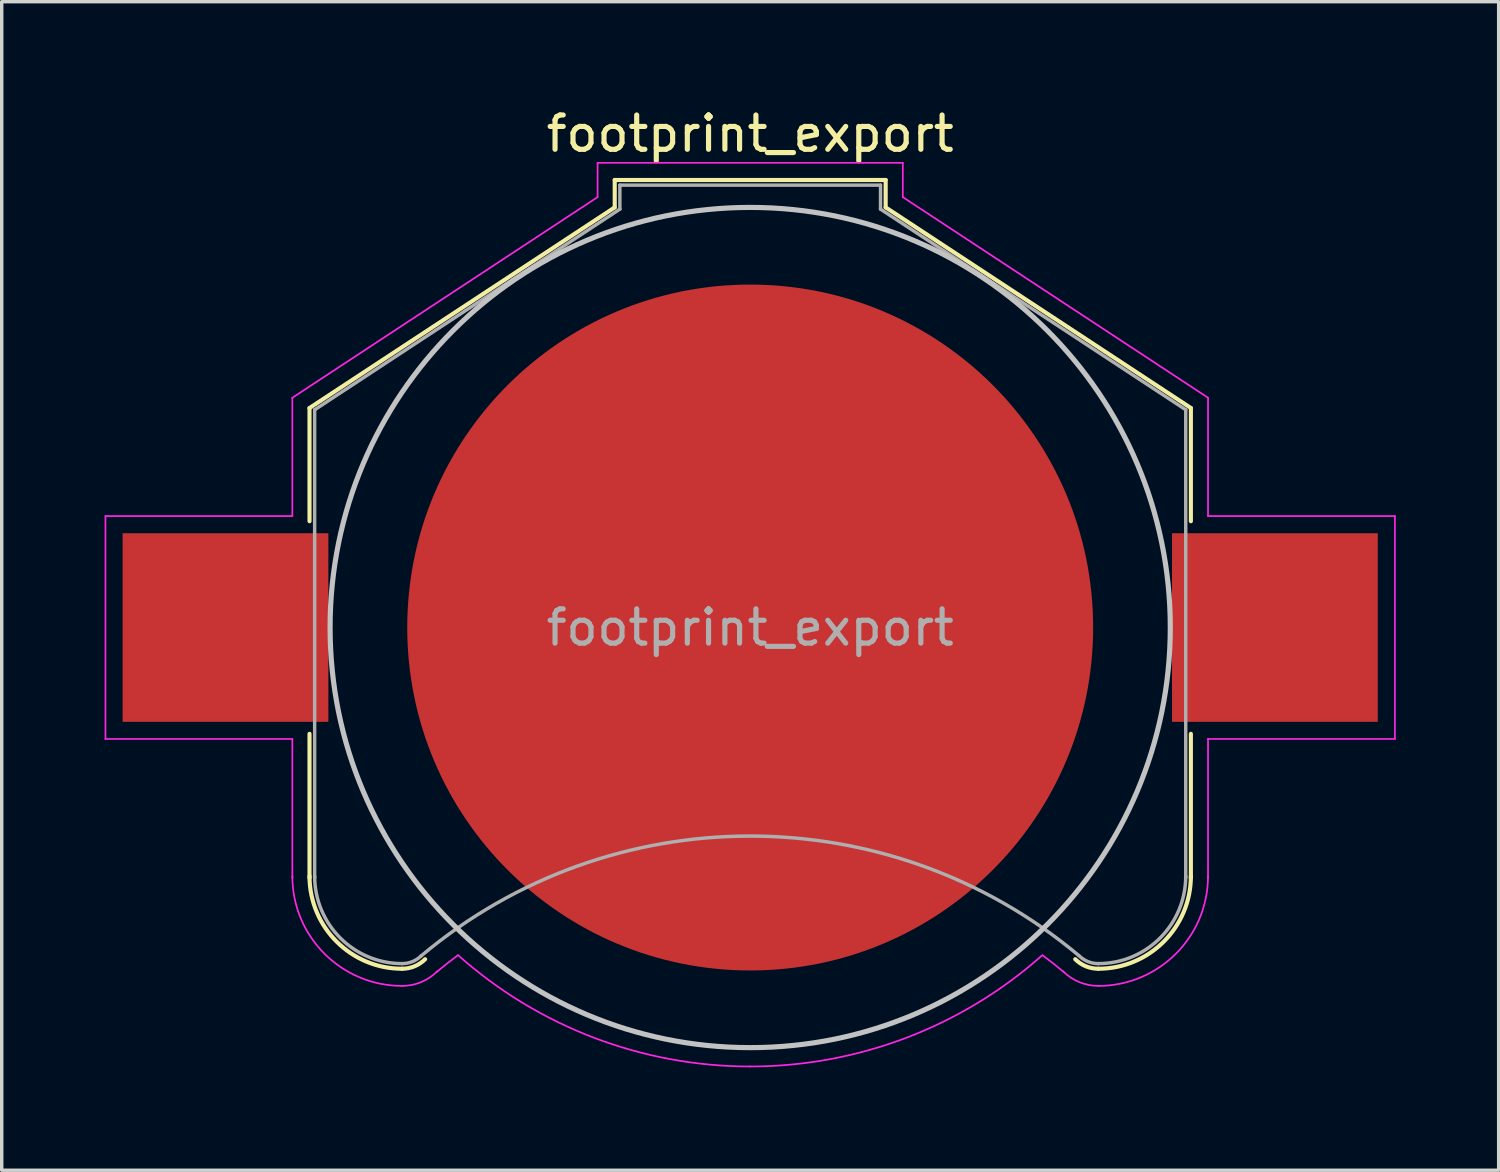
<source format=kicad_pcb>
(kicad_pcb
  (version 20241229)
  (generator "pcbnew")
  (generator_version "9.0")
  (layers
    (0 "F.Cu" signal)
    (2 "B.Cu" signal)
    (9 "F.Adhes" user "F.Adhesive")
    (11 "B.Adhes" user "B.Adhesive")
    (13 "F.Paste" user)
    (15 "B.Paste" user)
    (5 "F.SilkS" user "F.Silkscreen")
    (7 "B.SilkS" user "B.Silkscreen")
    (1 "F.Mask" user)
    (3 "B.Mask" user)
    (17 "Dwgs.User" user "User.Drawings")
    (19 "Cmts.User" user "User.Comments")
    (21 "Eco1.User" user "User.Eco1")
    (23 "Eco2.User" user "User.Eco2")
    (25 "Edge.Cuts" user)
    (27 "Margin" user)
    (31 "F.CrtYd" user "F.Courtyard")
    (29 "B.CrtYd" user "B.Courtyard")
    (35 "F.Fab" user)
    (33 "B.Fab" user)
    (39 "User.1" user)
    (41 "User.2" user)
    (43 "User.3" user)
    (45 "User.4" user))
  (footprint "footprint_export"
    (layer "F.Cu")
    (at 18.825 15.248)
    (property "Reference" "footprint_export" (at 0 -14.4 0) (layer "F.SilkS") (effects (font (size 1 1) (thickness 0.15))))
    (attr smd)
    (fp_line (start -12.85 -6.4) (end -12.85 -3.1) (stroke (width 0.12) (type solid)) (layer "F.SilkS"))
    (fp_line (start -12.85 3.1) (end -12.85 7.3) (stroke (width 0.12) (type solid)) (layer "F.SilkS"))
    (fp_line (start -3.95 -13.05) (end -3.95 -12.25) (stroke (width 0.12) (type solid)) (layer "F.SilkS"))
    (fp_line (start -3.95 -13.05) (end 3.95 -13.05) (stroke (width 0.12) (type solid)) (layer "F.SilkS"))
    (fp_line (start -3.95 -12.25) (end -12.85 -6.4) (stroke (width 0.12) (type solid)) (layer "F.SilkS"))
    (fp_line (start 3.95 -13.05) (end 3.95 -12.25) (stroke (width 0.12) (type solid)) (layer "F.SilkS"))
    (fp_line (start 3.95 -12.25) (end 12.85 -6.4) (stroke (width 0.12) (type solid)) (layer "F.SilkS"))
    (fp_line (start 12.85 -6.4) (end 12.85 -3.1) (stroke (width 0.12) (type solid)) (layer "F.SilkS"))
    (fp_line (start 12.85 3.1) (end 12.85 7.3) (stroke (width 0.12) (type solid)) (layer "F.SilkS"))
    (fp_arc (start -10.15 9.95) (mid -12.059188 9.159188) (end -12.85 7.25) (stroke (width 0.12) (type solid)) (layer "F.SilkS"))
    (fp_arc (start -9.478249 9.671751) (mid -9.786451 9.877685) (end -10.15 9.95) (stroke (width 0.12) (type solid)) (layer "F.SilkS"))
    (fp_arc (start 10.15 9.95) (mid 9.786451 9.877686) (end 9.478249 9.671751) (stroke (width 0.12) (type solid)) (layer "F.SilkS"))
    (fp_arc (start 12.85 7.25) (mid 12.059188 9.159188) (end 10.15 9.95) (stroke (width 0.12) (type solid)) (layer "F.SilkS"))
    (fp_circle (center 0 0) (end 12.25 0) (stroke (width 0.15) (type solid)) (fill no) (layer "Dwgs.User"))
    (fp_line (start -18.8 -3.25) (end -18.8 3.25) (stroke (width 0.05) (type solid)) (layer "F.CrtYd"))
    (fp_line (start -18.8 3.25) (end -13.35 3.25) (stroke (width 0.05) (type solid)) (layer "F.CrtYd"))
    (fp_line (start -13.35 -6.7) (end -13.35 -3.25) (stroke (width 0.05) (type solid)) (layer "F.CrtYd"))
    (fp_line (start -13.35 -3.25) (end -18.8 -3.25) (stroke (width 0.05) (type solid)) (layer "F.CrtYd"))
    (fp_line (start -13.35 3.25) (end -13.35 7.3) (stroke (width 0.05) (type solid)) (layer "F.CrtYd"))
    (fp_line (start -4.45 -13.55) (end -4.45 -12.55) (stroke (width 0.05) (type solid)) (layer "F.CrtYd"))
    (fp_line (start -4.45 -13.55) (end 4.45 -13.55) (stroke (width 0.05) (type solid)) (layer "F.CrtYd"))
    (fp_line (start -4.45 -12.55) (end -13.35 -6.7) (stroke (width 0.05) (type solid)) (layer "F.CrtYd"))
    (fp_line (start 4.45 -13.55) (end 4.45 -12.55) (stroke (width 0.05) (type solid)) (layer "F.CrtYd"))
    (fp_line (start 4.45 -12.55) (end 13.35 -6.7) (stroke (width 0.05) (type solid)) (layer "F.CrtYd"))
    (fp_line (start 13.35 -6.7) (end 13.35 -3.25) (stroke (width 0.05) (type solid)) (layer "F.CrtYd"))
    (fp_line (start 13.35 -3.25) (end 18.8 -3.25) (stroke (width 0.05) (type solid)) (layer "F.CrtYd"))
    (fp_line (start 13.35 3.25) (end 13.35 7.3) (stroke (width 0.05) (type solid)) (layer "F.CrtYd"))
    (fp_line (start 18.8 -3.25) (end 18.8 3.25) (stroke (width 0.05) (type solid)) (layer "F.CrtYd"))
    (fp_line (start 18.8 3.25) (end 13.35 3.25) (stroke (width 0.05) (type solid)) (layer "F.CrtYd"))
    (fp_arc (start -10.15 10.45) (mid -12.412742 9.512742) (end -13.35 7.25) (stroke (width 0.05) (type solid)) (layer "F.CrtYd"))
    (fp_arc (start -9.15 10.05) (mid -8.840691 9.798786) (end -8.524488 9.556307) (stroke (width 0.05) (type solid)) (layer "F.CrtYd"))
    (fp_arc (start -9.124695 10.025305) (mid -9.595109 10.339626) (end -10.15 10.45) (stroke (width 0.05) (type solid)) (layer "F.CrtYd"))
    (fp_arc (start 0 12.8) (mid -4.55581 11.961797) (end -8.514949 9.556969) (stroke (width 0.05) (type solid)) (layer "F.CrtYd"))
    (fp_arc (start 8.514949 9.556969) (mid 4.55581 11.961798) (end 0 12.8) (stroke (width 0.05) (type solid)) (layer "F.CrtYd"))
    (fp_arc (start 8.524488 9.556307) (mid 8.840691 9.798786) (end 9.15 10.05) (stroke (width 0.05) (type solid)) (layer "F.CrtYd"))
    (fp_arc (start 10.15 10.45) (mid 9.595109 10.339625) (end 9.124695 10.025305) (stroke (width 0.05) (type solid)) (layer "F.CrtYd"))
    (fp_arc (start 13.35 7.25) (mid 12.412742 9.512742) (end 10.15 10.45) (stroke (width 0.05) (type solid)) (layer "F.CrtYd"))
    (fp_line (start -12.7 -6.35) (end -12.7 7.3) (stroke (width 0.1) (type solid)) (layer "F.Fab"))
    (fp_line (start -3.8 -12.9) (end -3.8 -12.2) (stroke (width 0.1) (type solid)) (layer "F.Fab"))
    (fp_line (start -3.8 -12.9) (end 3.8 -12.9) (stroke (width 0.1) (type solid)) (layer "F.Fab"))
    (fp_line (start -3.8 -12.2) (end -12.7 -6.35) (stroke (width 0.1) (type solid)) (layer "F.Fab"))
    (fp_line (start 3.8 -12.9) (end 3.8 -12.2) (stroke (width 0.1) (type solid)) (layer "F.Fab"))
    (fp_line (start 3.8 -12.2) (end 12.7 -6.35) (stroke (width 0.1) (type solid)) (layer "F.Fab"))
    (fp_line (start 12.7 -6.35) (end 12.7 7.3) (stroke (width 0.1) (type solid)) (layer "F.Fab"))
    (fp_arc (start -10.15 9.8) (mid -11.953122 9.053122) (end -12.7 7.25) (stroke (width 0.1) (type solid)) (layer "F.Fab"))
    (fp_arc (start -9.6 9.58) (mid -0.013392 6.081011) (end 9.579482 9.562783) (stroke (width 0.1) (type solid)) (layer "F.Fab"))
    (fp_arc (start -9.584315 9.565685) (mid -9.843853 9.739103) (end -10.15 9.8) (stroke (width 0.1) (type solid)) (layer "F.Fab"))
    (fp_arc (start 10.15 9.8) (mid 9.843853 9.739104) (end 9.584315 9.565685) (stroke (width 0.1) (type solid)) (layer "F.Fab"))
    (fp_arc (start 12.7 7.25) (mid 11.953122 9.053122) (end 10.15 9.8) (stroke (width 0.1) (type solid)) (layer "F.Fab"))
    (fp_text user "${REFERENCE}" (at 0 0 0) (layer "F.Fab") (effects (font (size 1 1) (thickness 0.15))))
    (pad "1" smd rect (at -15.3 0) (size 6 5.5) (layers "F.Cu" "F.Mask" "F.Paste"))
    (pad "1" smd rect (at 15.3 0) (size 6 5.5) (layers "F.Cu" "F.Mask" "F.Paste"))
    (pad "2" smd circle (at 0 0) (size 20 20) (layers "F.Cu" "F.Mask")))
  (gr_rect
    (start -3 -3)
    (end 40.65 31.073)
    (stroke (width 0.1) (type default))
    (fill no)
    (layer "Edge.Cuts")))
</source>
